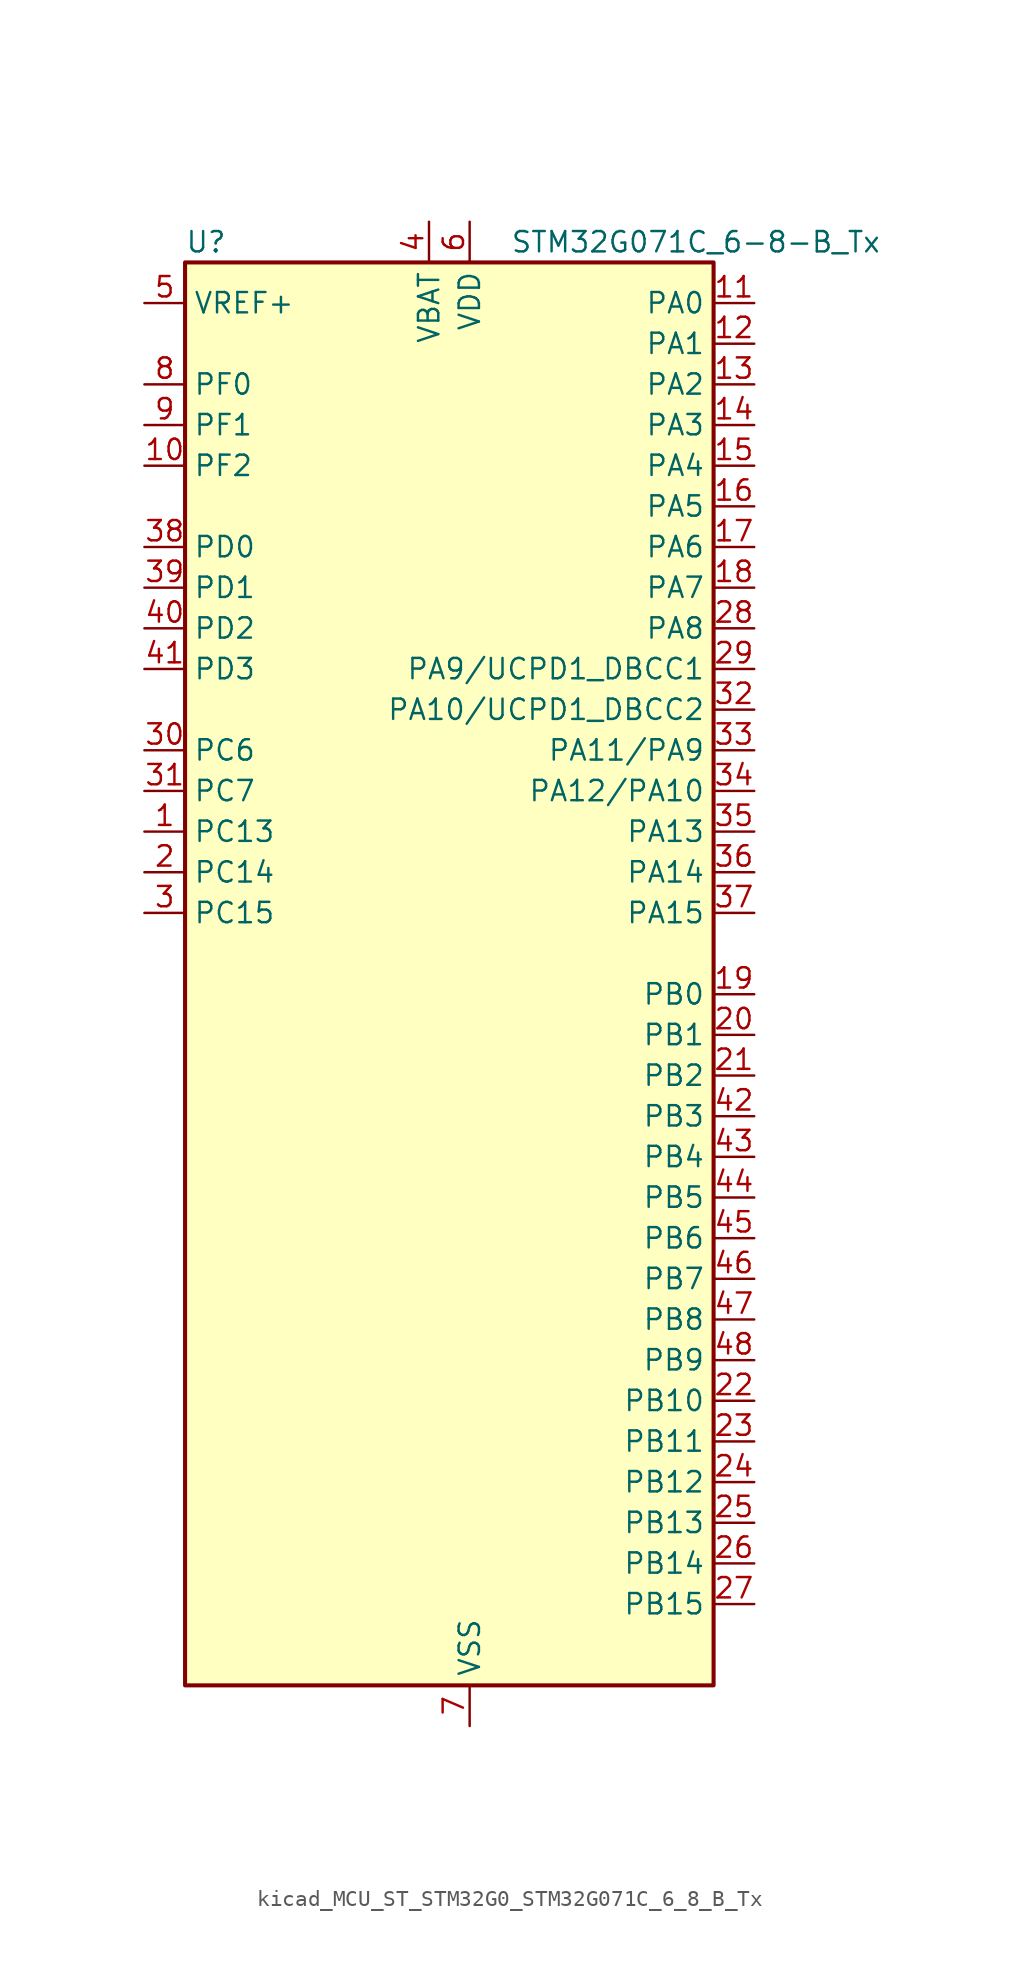
<source format=kicad_sym>
(kicad_symbol_lib
  (version 20220914)
  (generator kicad_symbol_editor)
  (symbol "kicad_MCU_ST_STM32G0_STM32G071C_6_8_B_Tx"
    (property "Reference" "U"
      (at -15.24 46.99 0)
      (effects (font (size 1.27 1.27)) (justify left)))
    (property "Value" "STM32G071C_6-8-B_Tx"
      (at 5.08 46.99 0)
      (effects (font (size 1.27 1.27)) (justify left)))
    (property "ki_locked" ""
      (at 0 0 0)
      (effects (font (size 1.27 1.27))))
    (symbol "kicad_MCU_ST_STM32G0_STM32G071C_6_8_B_Tx_0_1"
      (rectangle (start -15.24 -43.18) (end 17.78 45.72) (stroke (width 0.254) (type default)) (fill (type background))))
    (symbol "kicad_MCU_ST_STM32G0_STM32G071C_6_8_B_Tx_1_1"
      (pin bidirectional line (at -17.78 10.16 0) (length 2.54) (name "PC13" (effects (font (size 1.27 1.27)))) (number "1" (effects (font (size 1.27 1.27)))) (alternate "RTC_OUT_ALARM" bidirectional line) (alternate "RTC_OUT_CALIB" bidirectional line) (alternate "RTC_TAMP_IN1" bidirectional line) (alternate "RTC_TS" bidirectional line) (alternate "SYS_WKUP2" bidirectional line) (alternate "TIM1_BK" bidirectional line))
      (pin bidirectional line (at -17.78 33.02 0) (length 2.54) (name "PF2" (effects (font (size 1.27 1.27)))) (number "10" (effects (font (size 1.27 1.27)))) (alternate "RCC_MCO" bidirectional line))
      (pin bidirectional line (at 20.32 43.18 180) (length 2.54) (name "PA0" (effects (font (size 1.27 1.27)))) (number "11" (effects (font (size 1.27 1.27)))) (alternate "ADC1_IN0" bidirectional line) (alternate "COMP1_INM" bidirectional line) (alternate "COMP1_OUT" bidirectional line) (alternate "LPTIM1_OUT" bidirectional line) (alternate "RTC_TAMP_IN2" bidirectional line) (alternate "SPI2_SCK" bidirectional line) (alternate "SYS_WKUP1" bidirectional line) (alternate "TIM2_CH1" bidirectional line) (alternate "TIM2_ETR" bidirectional line) (alternate "UCPD2_FRSTX1" bidirectional line) (alternate "UCPD2_FRSTX2" bidirectional line) (alternate "USART2_CTS" bidirectional line) (alternate "USART2_NSS" bidirectional line) (alternate "USART4_TX" bidirectional line))
      (pin bidirectional line (at 20.32 40.64 180) (length 2.54) (name "PA1" (effects (font (size 1.27 1.27)))) (number "12" (effects (font (size 1.27 1.27)))) (alternate "ADC1_IN1" bidirectional line) (alternate "COMP1_INP" bidirectional line) (alternate "I2C1_SMBA" bidirectional line) (alternate "I2S1_CK" bidirectional line) (alternate "SPI1_SCK" bidirectional line) (alternate "TIM15_CH1N" bidirectional line) (alternate "TIM2_CH2" bidirectional line) (alternate "USART2_CK" bidirectional line) (alternate "USART2_DE" bidirectional line) (alternate "USART2_RTS" bidirectional line) (alternate "USART4_RX" bidirectional line))
      (pin bidirectional line (at 20.32 38.1 180) (length 2.54) (name "PA2" (effects (font (size 1.27 1.27)))) (number "13" (effects (font (size 1.27 1.27)))) (alternate "ADC1_IN2" bidirectional line) (alternate "COMP2_INM" bidirectional line) (alternate "COMP2_OUT" bidirectional line) (alternate "I2S1_SD" bidirectional line) (alternate "LPUART1_TX" bidirectional line) (alternate "RCC_LSCO" bidirectional line) (alternate "SPI1_MOSI" bidirectional line) (alternate "SYS_WKUP4" bidirectional line) (alternate "TIM15_CH1" bidirectional line) (alternate "TIM2_CH3" bidirectional line) (alternate "UCPD1_FRSTX1" bidirectional line) (alternate "UCPD1_FRSTX2" bidirectional line) (alternate "USART2_TX" bidirectional line))
      (pin bidirectional line (at 20.32 35.56 180) (length 2.54) (name "PA3" (effects (font (size 1.27 1.27)))) (number "14" (effects (font (size 1.27 1.27)))) (alternate "ADC1_IN3" bidirectional line) (alternate "COMP2_INP" bidirectional line) (alternate "LPUART1_RX" bidirectional line) (alternate "SPI2_MISO" bidirectional line) (alternate "TIM15_CH2" bidirectional line) (alternate "TIM2_CH4" bidirectional line) (alternate "UCPD2_FRSTX1" bidirectional line) (alternate "UCPD2_FRSTX2" bidirectional line) (alternate "USART2_RX" bidirectional line))
      (pin bidirectional line (at 20.32 33.02 180) (length 2.54) (name "PA4" (effects (font (size 1.27 1.27)))) (number "15" (effects (font (size 1.27 1.27)))) (alternate "ADC1_IN4" bidirectional line) (alternate "DAC1_OUT1" bidirectional line) (alternate "I2S1_WS" bidirectional line) (alternate "LPTIM2_OUT" bidirectional line) (alternate "RTC_OUT_ALARM" bidirectional line) (alternate "RTC_OUT_CALIB" bidirectional line) (alternate "SPI1_NSS" bidirectional line) (alternate "SPI2_MOSI" bidirectional line) (alternate "TIM14_CH1" bidirectional line) (alternate "UCPD2_FRSTX1" bidirectional line) (alternate "UCPD2_FRSTX2" bidirectional line))
      (pin bidirectional line (at 20.32 30.48 180) (length 2.54) (name "PA5" (effects (font (size 1.27 1.27)))) (number "16" (effects (font (size 1.27 1.27)))) (alternate "ADC1_IN5" bidirectional line) (alternate "CEC" bidirectional line) (alternate "DAC1_OUT2" bidirectional line) (alternate "I2S1_CK" bidirectional line) (alternate "LPTIM2_ETR" bidirectional line) (alternate "SPI1_SCK" bidirectional line) (alternate "TIM2_CH1" bidirectional line) (alternate "TIM2_ETR" bidirectional line) (alternate "UCPD1_FRSTX1" bidirectional line) (alternate "UCPD1_FRSTX2" bidirectional line) (alternate "USART3_TX" bidirectional line))
      (pin bidirectional line (at 20.32 27.94 180) (length 2.54) (name "PA6" (effects (font (size 1.27 1.27)))) (number "17" (effects (font (size 1.27 1.27)))) (alternate "ADC1_IN6" bidirectional line) (alternate "COMP1_OUT" bidirectional line) (alternate "I2S1_MCK" bidirectional line) (alternate "LPUART1_CTS" bidirectional line) (alternate "SPI1_MISO" bidirectional line) (alternate "TIM16_CH1" bidirectional line) (alternate "TIM1_BK" bidirectional line) (alternate "TIM3_CH1" bidirectional line) (alternate "USART3_CTS" bidirectional line) (alternate "USART3_NSS" bidirectional line))
      (pin bidirectional line (at 20.32 25.4 180) (length 2.54) (name "PA7" (effects (font (size 1.27 1.27)))) (number "18" (effects (font (size 1.27 1.27)))) (alternate "ADC1_IN7" bidirectional line) (alternate "COMP2_OUT" bidirectional line) (alternate "I2S1_SD" bidirectional line) (alternate "SPI1_MOSI" bidirectional line) (alternate "TIM14_CH1" bidirectional line) (alternate "TIM17_CH1" bidirectional line) (alternate "TIM1_CH1N" bidirectional line) (alternate "TIM3_CH2" bidirectional line) (alternate "UCPD1_FRSTX1" bidirectional line) (alternate "UCPD1_FRSTX2" bidirectional line))
      (pin bidirectional line (at 20.32 0 180) (length 2.54) (name "PB0" (effects (font (size 1.27 1.27)))) (number "19" (effects (font (size 1.27 1.27)))) (alternate "ADC1_IN8" bidirectional line) (alternate "COMP1_OUT" bidirectional line) (alternate "I2S1_WS" bidirectional line) (alternate "LPTIM1_OUT" bidirectional line) (alternate "SPI1_NSS" bidirectional line) (alternate "TIM1_CH2N" bidirectional line) (alternate "TIM3_CH3" bidirectional line) (alternate "UCPD1_FRSTX1" bidirectional line) (alternate "UCPD1_FRSTX2" bidirectional line) (alternate "USART3_RX" bidirectional line))
      (pin bidirectional line (at -17.78 7.62 0) (length 2.54) (name "PC14" (effects (font (size 1.27 1.27)))) (number "2" (effects (font (size 1.27 1.27)))) (alternate "RCC_OSC32_IN" bidirectional line) (alternate "TIM1_BK2" bidirectional line))
      (pin bidirectional line (at 20.32 -2.54 180) (length 2.54) (name "PB1" (effects (font (size 1.27 1.27)))) (number "20" (effects (font (size 1.27 1.27)))) (alternate "ADC1_IN9" bidirectional line) (alternate "COMP1_INM" bidirectional line) (alternate "LPTIM2_IN1" bidirectional line) (alternate "LPUART1_DE" bidirectional line) (alternate "LPUART1_RTS" bidirectional line) (alternate "TIM14_CH1" bidirectional line) (alternate "TIM1_CH3N" bidirectional line) (alternate "TIM3_CH4" bidirectional line) (alternate "USART3_CK" bidirectional line) (alternate "USART3_DE" bidirectional line) (alternate "USART3_RTS" bidirectional line))
      (pin bidirectional line (at 20.32 -5.08 180) (length 2.54) (name "PB2" (effects (font (size 1.27 1.27)))) (number "21" (effects (font (size 1.27 1.27)))) (alternate "ADC1_IN10" bidirectional line) (alternate "COMP1_INP" bidirectional line) (alternate "LPTIM1_OUT" bidirectional line) (alternate "SPI2_MISO" bidirectional line) (alternate "USART3_TX" bidirectional line))
      (pin bidirectional line (at 20.32 -25.4 180) (length 2.54) (name "PB10" (effects (font (size 1.27 1.27)))) (number "22" (effects (font (size 1.27 1.27)))) (alternate "ADC1_IN11" bidirectional line) (alternate "CEC" bidirectional line) (alternate "COMP1_OUT" bidirectional line) (alternate "I2C2_SCL" bidirectional line) (alternate "LPUART1_RX" bidirectional line) (alternate "SPI2_SCK" bidirectional line) (alternate "TIM2_CH3" bidirectional line) (alternate "USART3_TX" bidirectional line))
      (pin bidirectional line (at 20.32 -27.94 180) (length 2.54) (name "PB11" (effects (font (size 1.27 1.27)))) (number "23" (effects (font (size 1.27 1.27)))) (alternate "ADC1_EXTI11" bidirectional line) (alternate "ADC1_IN15" bidirectional line) (alternate "COMP2_OUT" bidirectional line) (alternate "I2C2_SDA" bidirectional line) (alternate "LPUART1_TX" bidirectional line) (alternate "SPI2_MOSI" bidirectional line) (alternate "TIM2_CH4" bidirectional line) (alternate "USART3_RX" bidirectional line))
      (pin bidirectional line (at 20.32 -30.48 180) (length 2.54) (name "PB12" (effects (font (size 1.27 1.27)))) (number "24" (effects (font (size 1.27 1.27)))) (alternate "ADC1_IN16" bidirectional line) (alternate "LPUART1_DE" bidirectional line) (alternate "LPUART1_RTS" bidirectional line) (alternate "SPI2_NSS" bidirectional line) (alternate "TIM15_BK" bidirectional line) (alternate "TIM1_BK" bidirectional line) (alternate "UCPD2_FRSTX1" bidirectional line) (alternate "UCPD2_FRSTX2" bidirectional line))
      (pin bidirectional line (at 20.32 -33.02 180) (length 2.54) (name "PB13" (effects (font (size 1.27 1.27)))) (number "25" (effects (font (size 1.27 1.27)))) (alternate "I2C2_SCL" bidirectional line) (alternate "LPUART1_CTS" bidirectional line) (alternate "SPI2_SCK" bidirectional line) (alternate "TIM15_CH1N" bidirectional line) (alternate "TIM1_CH1N" bidirectional line) (alternate "USART3_CTS" bidirectional line) (alternate "USART3_NSS" bidirectional line))
      (pin bidirectional line (at 20.32 -35.56 180) (length 2.54) (name "PB14" (effects (font (size 1.27 1.27)))) (number "26" (effects (font (size 1.27 1.27)))) (alternate "I2C2_SDA" bidirectional line) (alternate "SPI2_MISO" bidirectional line) (alternate "TIM15_CH1" bidirectional line) (alternate "TIM1_CH2N" bidirectional line) (alternate "UCPD1_FRSTX1" bidirectional line) (alternate "UCPD1_FRSTX2" bidirectional line) (alternate "USART3_CK" bidirectional line) (alternate "USART3_DE" bidirectional line) (alternate "USART3_RTS" bidirectional line))
      (pin bidirectional line (at 20.32 -38.1 180) (length 2.54) (name "PB15" (effects (font (size 1.27 1.27)))) (number "27" (effects (font (size 1.27 1.27)))) (alternate "RTC_REFIN" bidirectional line) (alternate "SPI2_MOSI" bidirectional line) (alternate "TIM15_CH1N" bidirectional line) (alternate "TIM15_CH2" bidirectional line) (alternate "TIM1_CH3N" bidirectional line) (alternate "UCPD1_CC2" bidirectional line))
      (pin bidirectional line (at 20.32 22.86 180) (length 2.54) (name "PA8" (effects (font (size 1.27 1.27)))) (number "28" (effects (font (size 1.27 1.27)))) (alternate "LPTIM2_OUT" bidirectional line) (alternate "RCC_MCO" bidirectional line) (alternate "SPI2_NSS" bidirectional line) (alternate "TIM1_CH1" bidirectional line) (alternate "UCPD1_CC1" bidirectional line))
      (pin bidirectional line (at 20.32 20.32 180) (length 2.54) (name "PA9/UCPD1_DBCC1" (effects (font (size 1.27 1.27)))) (number "29" (effects (font (size 1.27 1.27)))) (alternate "DAC1_EXTI9" bidirectional line) (alternate "I2C1_SCL" bidirectional line) (alternate "RCC_MCO" bidirectional line) (alternate "SPI2_MISO" bidirectional line) (alternate "TIM15_BK" bidirectional line) (alternate "TIM1_CH2" bidirectional line) (alternate "UCPD1_DBCC1" bidirectional line) (alternate "USART1_TX" bidirectional line))
      (pin bidirectional line (at -17.78 5.08 0) (length 2.54) (name "PC15" (effects (font (size 1.27 1.27)))) (number "3" (effects (font (size 1.27 1.27)))) (alternate "RCC_OSC32_EN" bidirectional line) (alternate "RCC_OSC32_OUT" bidirectional line) (alternate "RCC_OSC_EN" bidirectional line) (alternate "TIM15_BK" bidirectional line))
      (pin bidirectional line (at -17.78 15.24 0) (length 2.54) (name "PC6" (effects (font (size 1.27 1.27)))) (number "30" (effects (font (size 1.27 1.27)))) (alternate "TIM2_CH3" bidirectional line) (alternate "TIM3_CH1" bidirectional line) (alternate "UCPD1_FRSTX1" bidirectional line) (alternate "UCPD1_FRSTX2" bidirectional line))
      (pin bidirectional line (at -17.78 12.7 0) (length 2.54) (name "PC7" (effects (font (size 1.27 1.27)))) (number "31" (effects (font (size 1.27 1.27)))) (alternate "TIM2_CH4" bidirectional line) (alternate "TIM3_CH2" bidirectional line) (alternate "UCPD2_FRSTX1" bidirectional line) (alternate "UCPD2_FRSTX2" bidirectional line))
      (pin bidirectional line (at 20.32 17.78 180) (length 2.54) (name "PA10/UCPD1_DBCC2" (effects (font (size 1.27 1.27)))) (number "32" (effects (font (size 1.27 1.27)))) (alternate "I2C1_SDA" bidirectional line) (alternate "SPI2_MOSI" bidirectional line) (alternate "TIM17_BK" bidirectional line) (alternate "TIM1_CH3" bidirectional line) (alternate "UCPD1_DBCC2" bidirectional line) (alternate "USART1_RX" bidirectional line))
      (pin bidirectional line (at 20.32 15.24 180) (length 2.54) (name "PA11/PA9" (effects (font (size 1.27 1.27)))) (number "33" (effects (font (size 1.27 1.27)))) (alternate "ADC1_EXTI11" bidirectional line) (alternate "COMP1_OUT" bidirectional line) (alternate "I2C2_SCL" bidirectional line) (alternate "I2S1_MCK" bidirectional line) (alternate "SPI1_MISO" bidirectional line) (alternate "TIM1_BK2" bidirectional line) (alternate "TIM1_CH4" bidirectional line) (alternate "USART1_CTS" bidirectional line) (alternate "USART1_NSS" bidirectional line))
      (pin bidirectional line (at 20.32 12.7 180) (length 2.54) (name "PA12/PA10" (effects (font (size 1.27 1.27)))) (number "34" (effects (font (size 1.27 1.27)))) (alternate "COMP2_OUT" bidirectional line) (alternate "I2C2_SDA" bidirectional line) (alternate "I2S1_SD" bidirectional line) (alternate "I2S_CKIN" bidirectional line) (alternate "SPI1_MOSI" bidirectional line) (alternate "TIM1_ETR" bidirectional line) (alternate "USART1_CK" bidirectional line) (alternate "USART1_DE" bidirectional line) (alternate "USART1_RTS" bidirectional line))
      (pin bidirectional line (at 20.32 10.16 180) (length 2.54) (name "PA13" (effects (font (size 1.27 1.27)))) (number "35" (effects (font (size 1.27 1.27)))) (alternate "IR_OUT" bidirectional line) (alternate "SYS_SWDIO" bidirectional line))
      (pin bidirectional line (at 20.32 7.62 180) (length 2.54) (name "PA14" (effects (font (size 1.27 1.27)))) (number "36" (effects (font (size 1.27 1.27)))) (alternate "SYS_SWCLK" bidirectional line) (alternate "USART2_TX" bidirectional line))
      (pin bidirectional line (at 20.32 5.08 180) (length 2.54) (name "PA15" (effects (font (size 1.27 1.27)))) (number "37" (effects (font (size 1.27 1.27)))) (alternate "I2S1_WS" bidirectional line) (alternate "SPI1_NSS" bidirectional line) (alternate "TIM2_CH1" bidirectional line) (alternate "TIM2_ETR" bidirectional line) (alternate "USART2_RX" bidirectional line) (alternate "USART3_CK" bidirectional line) (alternate "USART3_DE" bidirectional line) (alternate "USART3_RTS" bidirectional line) (alternate "USART4_CK" bidirectional line) (alternate "USART4_DE" bidirectional line) (alternate "USART4_RTS" bidirectional line))
      (pin bidirectional line (at -17.78 27.94 0) (length 2.54) (name "PD0" (effects (font (size 1.27 1.27)))) (number "38" (effects (font (size 1.27 1.27)))) (alternate "SPI2_NSS" bidirectional line) (alternate "TIM16_CH1" bidirectional line) (alternate "UCPD2_CC1" bidirectional line))
      (pin bidirectional line (at -17.78 25.4 0) (length 2.54) (name "PD1" (effects (font (size 1.27 1.27)))) (number "39" (effects (font (size 1.27 1.27)))) (alternate "SPI2_SCK" bidirectional line) (alternate "TIM17_CH1" bidirectional line) (alternate "UCPD2_DBCC1" bidirectional line))
      (pin power_in line (at 0 48.26 270) (length 2.54) (name "VBAT" (effects (font (size 1.27 1.27)))) (number "4" (effects (font (size 1.27 1.27)))))
      (pin bidirectional line (at -17.78 22.86 0) (length 2.54) (name "PD2" (effects (font (size 1.27 1.27)))) (number "40" (effects (font (size 1.27 1.27)))) (alternate "TIM1_CH1N" bidirectional line) (alternate "TIM3_ETR" bidirectional line) (alternate "UCPD2_CC2" bidirectional line) (alternate "USART3_CK" bidirectional line) (alternate "USART3_DE" bidirectional line) (alternate "USART3_RTS" bidirectional line))
      (pin bidirectional line (at -17.78 20.32 0) (length 2.54) (name "PD3" (effects (font (size 1.27 1.27)))) (number "41" (effects (font (size 1.27 1.27)))) (alternate "SPI2_MISO" bidirectional line) (alternate "TIM1_CH2N" bidirectional line) (alternate "UCPD2_DBCC2" bidirectional line) (alternate "USART2_CTS" bidirectional line) (alternate "USART2_NSS" bidirectional line))
      (pin bidirectional line (at 20.32 -7.62 180) (length 2.54) (name "PB3" (effects (font (size 1.27 1.27)))) (number "42" (effects (font (size 1.27 1.27)))) (alternate "COMP2_INM" bidirectional line) (alternate "I2S1_CK" bidirectional line) (alternate "SPI1_SCK" bidirectional line) (alternate "TIM1_CH2" bidirectional line) (alternate "TIM2_CH2" bidirectional line) (alternate "USART1_CK" bidirectional line) (alternate "USART1_DE" bidirectional line) (alternate "USART1_RTS" bidirectional line))
      (pin bidirectional line (at 20.32 -10.16 180) (length 2.54) (name "PB4" (effects (font (size 1.27 1.27)))) (number "43" (effects (font (size 1.27 1.27)))) (alternate "COMP2_INP" bidirectional line) (alternate "I2S1_MCK" bidirectional line) (alternate "SPI1_MISO" bidirectional line) (alternate "TIM17_BK" bidirectional line) (alternate "TIM3_CH1" bidirectional line) (alternate "USART1_CTS" bidirectional line) (alternate "USART1_NSS" bidirectional line))
      (pin bidirectional line (at 20.32 -12.7 180) (length 2.54) (name "PB5" (effects (font (size 1.27 1.27)))) (number "44" (effects (font (size 1.27 1.27)))) (alternate "COMP2_OUT" bidirectional line) (alternate "I2C1_SMBA" bidirectional line) (alternate "I2S1_SD" bidirectional line) (alternate "LPTIM1_IN1" bidirectional line) (alternate "SPI1_MOSI" bidirectional line) (alternate "SYS_WKUP6" bidirectional line) (alternate "TIM16_BK" bidirectional line) (alternate "TIM3_CH2" bidirectional line))
      (pin bidirectional line (at 20.32 -15.24 180) (length 2.54) (name "PB6" (effects (font (size 1.27 1.27)))) (number "45" (effects (font (size 1.27 1.27)))) (alternate "COMP2_INP" bidirectional line) (alternate "I2C1_SCL" bidirectional line) (alternate "LPTIM1_ETR" bidirectional line) (alternate "SPI2_MISO" bidirectional line) (alternate "TIM16_CH1N" bidirectional line) (alternate "TIM1_CH3" bidirectional line) (alternate "USART1_TX" bidirectional line))
      (pin bidirectional line (at 20.32 -17.78 180) (length 2.54) (name "PB7" (effects (font (size 1.27 1.27)))) (number "46" (effects (font (size 1.27 1.27)))) (alternate "COMP2_INM" bidirectional line) (alternate "I2C1_SDA" bidirectional line) (alternate "LPTIM1_IN2" bidirectional line) (alternate "SPI2_MOSI" bidirectional line) (alternate "SYS_PVD_IN" bidirectional line) (alternate "TIM17_CH1N" bidirectional line) (alternate "USART1_RX" bidirectional line) (alternate "USART4_CTS" bidirectional line) (alternate "USART4_NSS" bidirectional line))
      (pin bidirectional line (at 20.32 -20.32 180) (length 2.54) (name "PB8" (effects (font (size 1.27 1.27)))) (number "47" (effects (font (size 1.27 1.27)))) (alternate "CEC" bidirectional line) (alternate "I2C1_SCL" bidirectional line) (alternate "SPI2_SCK" bidirectional line) (alternate "TIM15_BK" bidirectional line) (alternate "TIM16_CH1" bidirectional line) (alternate "USART3_TX" bidirectional line))
      (pin bidirectional line (at 20.32 -22.86 180) (length 2.54) (name "PB9" (effects (font (size 1.27 1.27)))) (number "48" (effects (font (size 1.27 1.27)))) (alternate "DAC1_EXTI9" bidirectional line) (alternate "I2C1_SDA" bidirectional line) (alternate "IR_OUT" bidirectional line) (alternate "SPI2_NSS" bidirectional line) (alternate "TIM17_CH1" bidirectional line) (alternate "UCPD2_FRSTX1" bidirectional line) (alternate "UCPD2_FRSTX2" bidirectional line) (alternate "USART3_RX" bidirectional line))
      (pin input line (at -17.78 43.18 0) (length 2.54) (name "VREF+" (effects (font (size 1.27 1.27)))) (number "5" (effects (font (size 1.27 1.27)))) (alternate "VREFBUF_OUT" bidirectional line))
      (pin power_in line (at 2.54 48.26 270) (length 2.54) (name "VDD" (effects (font (size 1.27 1.27)))) (number "6" (effects (font (size 1.27 1.27)))))
      (pin power_in line (at 2.54 -45.72 90) (length 2.54) (name "VSS" (effects (font (size 1.27 1.27)))) (number "7" (effects (font (size 1.27 1.27)))))
      (pin bidirectional line (at -17.78 38.1 0) (length 2.54) (name "PF0" (effects (font (size 1.27 1.27)))) (number "8" (effects (font (size 1.27 1.27)))) (alternate "RCC_OSC_IN" bidirectional line) (alternate "TIM14_CH1" bidirectional line))
      (pin bidirectional line (at -17.78 35.56 0) (length 2.54) (name "PF1" (effects (font (size 1.27 1.27)))) (number "9" (effects (font (size 1.27 1.27)))) (alternate "RCC_OSC_EN" bidirectional line) (alternate "RCC_OSC_OUT" bidirectional line) (alternate "TIM15_CH1N" bidirectional line)))))
</source>
